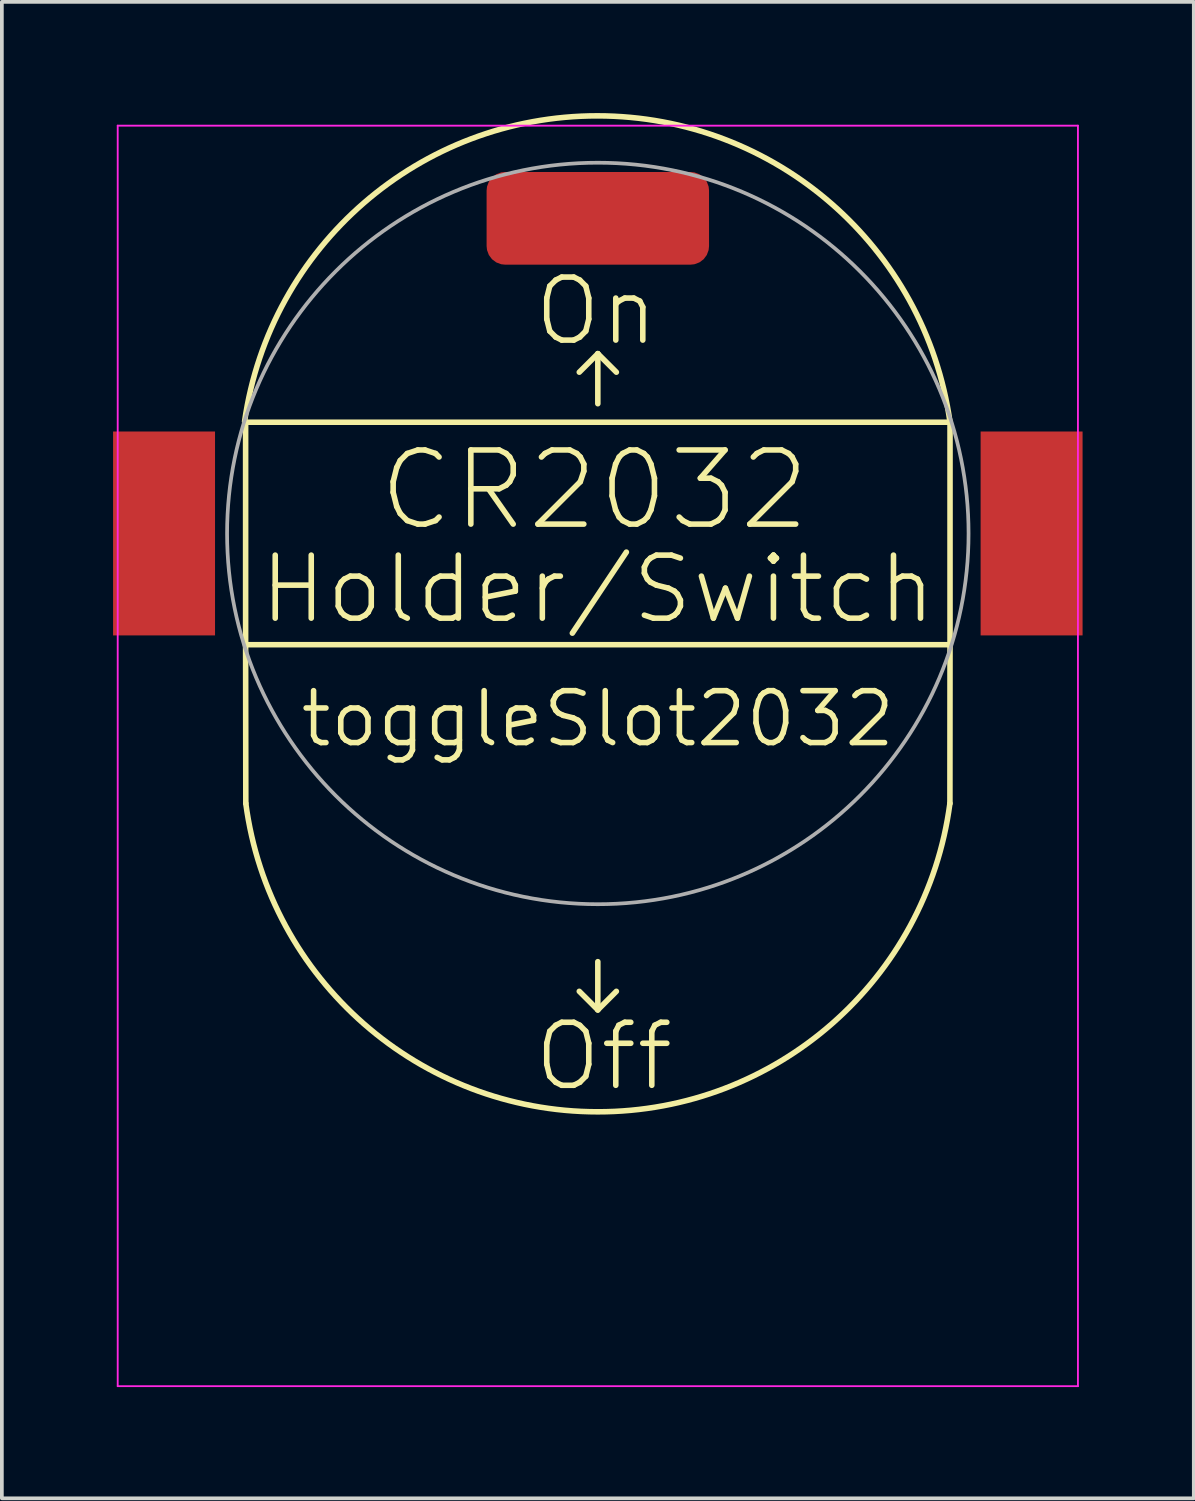
<source format=kicad_pcb>
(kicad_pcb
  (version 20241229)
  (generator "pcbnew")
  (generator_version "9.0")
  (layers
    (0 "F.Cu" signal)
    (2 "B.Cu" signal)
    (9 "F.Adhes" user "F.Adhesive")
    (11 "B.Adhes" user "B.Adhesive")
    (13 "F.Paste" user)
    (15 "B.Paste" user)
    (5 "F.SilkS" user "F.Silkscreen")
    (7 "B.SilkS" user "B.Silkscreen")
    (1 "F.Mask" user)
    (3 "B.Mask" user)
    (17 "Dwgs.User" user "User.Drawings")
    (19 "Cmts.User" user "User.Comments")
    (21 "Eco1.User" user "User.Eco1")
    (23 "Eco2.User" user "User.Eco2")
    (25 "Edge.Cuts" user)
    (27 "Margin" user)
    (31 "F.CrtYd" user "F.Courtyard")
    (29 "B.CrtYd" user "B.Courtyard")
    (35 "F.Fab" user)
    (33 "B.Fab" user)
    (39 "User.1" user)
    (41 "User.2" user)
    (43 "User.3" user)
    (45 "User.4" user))
  (footprint "toggleSlot2032"
    (layer "F.Cu")
    (at 13.075 11.339)
    (property "Reference" "toggleSlot2032" (at 0 5 0) (layer "F.SilkS") (effects (font (size 1.4 1.4) (thickness 0.15))))
    (attr smd)
    (fp_line (start -9.5 -3) (end 9.5 -3) (stroke (width 0.15) (type default)) (layer "F.SilkS"))
    (fp_line (start -9.5 3) (end -9.5 -3) (stroke (width 0.15) (type default)) (layer "F.SilkS"))
    (fp_line (start -9.495 7.279) (end -9.5 3) (stroke (width 0.15) (type default)) (layer "F.SilkS"))
    (fp_line (start -0.5 -4.35) (end 0 -4.85) (stroke (width 0.15) (type default)) (layer "F.SilkS"))
    (fp_line (start -0.5 12.35) (end 0 12.85) (stroke (width 0.15) (type default)) (layer "F.SilkS"))
    (fp_line (start 0 -4.85) (end 0 -3.5) (stroke (width 0.15) (type default)) (layer "F.SilkS"))
    (fp_line (start 0 11.55) (end 0 12.85) (stroke (width 0.15) (type default)) (layer "F.SilkS"))
    (fp_line (start 0 12.85) (end 0.5 12.35) (stroke (width 0.15) (type default)) (layer "F.SilkS"))
    (fp_line (start 0.5 -4.35) (end 0 -4.85) (stroke (width 0.15) (type default)) (layer "F.SilkS"))
    (fp_line (start 9.497 7.281) (end 9.5 3) (stroke (width 0.15) (type default)) (layer "F.SilkS"))
    (fp_line (start 9.5 -3) (end 9.5 3) (stroke (width 0.15) (type default)) (layer "F.SilkS"))
    (fp_line (start 9.5 3) (end -9.5 3) (stroke (width 0.15) (type default)) (layer "F.SilkS"))
    (fp_arc (start -9.528156 -3.017947) (mid -0.006291 -11.264177) (end 9.5 -3) (stroke (width 0.15) (type default)) (layer "F.SilkS"))
    (fp_arc (start 9.496904 7.280779) (mid 0 15.6) (end -9.495418 7.279084) (stroke (width 0.15) (type default)) (layer "F.SilkS"))
    (fp_line (start -12.95 -11) (end 12.95 -11) (stroke (width 0.05) (type solid)) (layer "F.CrtYd"))
    (fp_line (start -12.95 23) (end -12.95 -11) (stroke (width 0.05) (type solid)) (layer "F.CrtYd"))
    (fp_line (start 12.95 -11) (end 12.95 23) (stroke (width 0.05) (type solid)) (layer "F.CrtYd"))
    (fp_line (start 12.95 23) (end -12.95 23) (stroke (width 0.05) (type solid)) (layer "F.CrtYd"))
    (fp_circle (center 0 0) (end 10 0) (stroke (width 0.1) (type default)) (fill no) (layer "F.Fab"))
    (fp_text user "Off" (at -1.8 15.1 0) (unlocked yes) (layer "F.SilkS") (effects (font (size 1.7 1.7) (thickness 0.15)) (justify left bottom)))
    (fp_text user "On" (at -1.8 -5 0) (unlocked yes) (layer "F.SilkS") (effects (font (size 1.7 1.7) (thickness 0.15)) (justify left bottom)))
    (fp_text user " Holder/Switch" (at -10.5 2.5 0) (unlocked yes) (layer "F.SilkS") (effects (font (size 1.7 1.7) (thickness 0.15)) (justify left bottom)))
    (fp_text user "CR2032" (at -6 0 0) (unlocked yes) (layer "F.SilkS") (effects (font (size 2 2) (thickness 0.15)) (justify left bottom)))
    (pad "N1" smd roundrect (at 0 -8.5) (size 6 2.5) (layers "F.Cu" "F.Mask" "F.Paste") (roundrect_rratio 0.2))
    (pad "P1" smd rect (at -11.7 0) (size 2.75 5.5) (layers "F.Cu" "F.Mask" "F.Paste"))
    (pad "P2" smd rect (at 11.7 0) (size 2.75 5.5) (layers "F.Cu" "F.Mask" "F.Paste")))
  (gr_rect
    (start -3 -3)
    (end 29.15 37.364)
    (stroke (width 0.1) (type default))
    (fill no)
    (layer "Edge.Cuts")))
</source>
